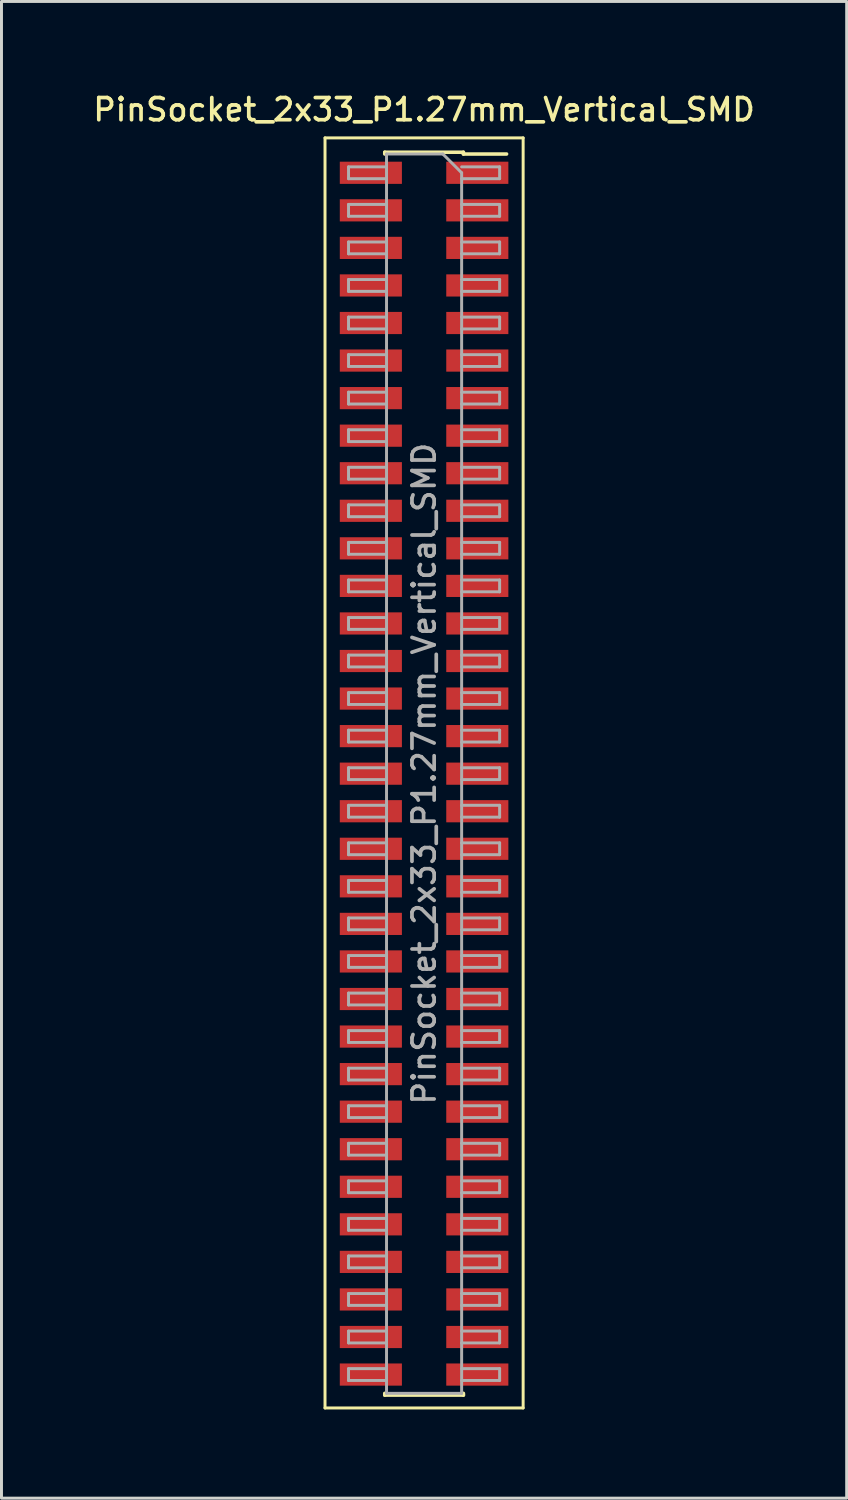
<source format=kicad_pcb>
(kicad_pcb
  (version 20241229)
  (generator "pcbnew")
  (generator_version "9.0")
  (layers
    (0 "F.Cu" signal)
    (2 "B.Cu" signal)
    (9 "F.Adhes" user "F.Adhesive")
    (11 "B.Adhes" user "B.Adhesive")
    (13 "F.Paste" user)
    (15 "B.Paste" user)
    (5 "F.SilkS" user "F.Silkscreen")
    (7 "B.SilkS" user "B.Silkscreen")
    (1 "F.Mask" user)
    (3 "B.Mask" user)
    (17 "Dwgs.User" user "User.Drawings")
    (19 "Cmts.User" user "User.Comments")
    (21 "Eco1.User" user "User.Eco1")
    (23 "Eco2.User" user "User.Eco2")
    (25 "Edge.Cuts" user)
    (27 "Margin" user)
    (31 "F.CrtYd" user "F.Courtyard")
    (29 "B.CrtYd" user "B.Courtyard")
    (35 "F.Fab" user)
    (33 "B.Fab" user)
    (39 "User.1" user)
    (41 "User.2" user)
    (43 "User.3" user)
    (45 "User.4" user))
  (footprint "PinSocket_2x33_P1.27mm_Vertical_SMD"
    (layer "F.Cu")
    (at 11.291 23.113)
    (property "Reference" "PinSocket_2x33_P1.27mm_Vertical_SMD" (at 0 -22.455 0) (layer "F.SilkS") (effects (font (size 0.75 0.75) (thickness 0.125))))
    (attr smd)
    (fp_line (start -3.35 -21.5) (end 3.35 -21.5) (stroke (width 0.1) (type solid)) (layer "F.SilkS"))
    (fp_line (start -3.35 21.45) (end -3.35 -21.5) (stroke (width 0.1) (type solid)) (layer "F.SilkS"))
    (fp_line (start -1.33 -21.015) (end -1.33 -20.955) (stroke (width 0.12) (type solid)) (layer "F.SilkS"))
    (fp_line (start -1.33 -21.015) (end 1.33 -21.015) (stroke (width 0.12) (type solid)) (layer "F.SilkS"))
    (fp_line (start -1.33 20.955) (end -1.33 21.015) (stroke (width 0.12) (type solid)) (layer "F.SilkS"))
    (fp_line (start -1.33 21.015) (end 1.33 21.015) (stroke (width 0.12) (type solid)) (layer "F.SilkS"))
    (fp_line (start 1.33 -21.015) (end 1.33 -20.955) (stroke (width 0.12) (type solid)) (layer "F.SilkS"))
    (fp_line (start 1.33 -20.955) (end 2.79 -20.955) (stroke (width 0.12) (type solid)) (layer "F.SilkS"))
    (fp_line (start 1.33 20.955) (end 1.33 21.015) (stroke (width 0.12) (type solid)) (layer "F.SilkS"))
    (fp_line (start 3.35 -21.5) (end 3.35 21.45) (stroke (width 0.1) (type solid)) (layer "F.SilkS"))
    (fp_line (start 3.35 21.45) (end -3.35 21.45) (stroke (width 0.1) (type solid)) (layer "F.SilkS"))
    (fp_line (start -2.555 -20.52) (end -1.27 -20.52) (stroke (width 0.1) (type solid)) (layer "F.Fab"))
    (fp_line (start -2.555 -20.12) (end -2.555 -20.52) (stroke (width 0.1) (type solid)) (layer "F.Fab"))
    (fp_line (start -2.555 -19.25) (end -1.27 -19.25) (stroke (width 0.1) (type solid)) (layer "F.Fab"))
    (fp_line (start -2.555 -18.85) (end -2.555 -19.25) (stroke (width 0.1) (type solid)) (layer "F.Fab"))
    (fp_line (start -2.555 -17.98) (end -1.27 -17.98) (stroke (width 0.1) (type solid)) (layer "F.Fab"))
    (fp_line (start -2.555 -17.58) (end -2.555 -17.98) (stroke (width 0.1) (type solid)) (layer "F.Fab"))
    (fp_line (start -2.555 -16.71) (end -1.27 -16.71) (stroke (width 0.1) (type solid)) (layer "F.Fab"))
    (fp_line (start -2.555 -16.31) (end -2.555 -16.71) (stroke (width 0.1) (type solid)) (layer "F.Fab"))
    (fp_line (start -2.555 -15.44) (end -1.27 -15.44) (stroke (width 0.1) (type solid)) (layer "F.Fab"))
    (fp_line (start -2.555 -15.04) (end -2.555 -15.44) (stroke (width 0.1) (type solid)) (layer "F.Fab"))
    (fp_line (start -2.555 -14.17) (end -1.27 -14.17) (stroke (width 0.1) (type solid)) (layer "F.Fab"))
    (fp_line (start -2.555 -13.77) (end -2.555 -14.17) (stroke (width 0.1) (type solid)) (layer "F.Fab"))
    (fp_line (start -2.555 -12.9) (end -1.27 -12.9) (stroke (width 0.1) (type solid)) (layer "F.Fab"))
    (fp_line (start -2.555 -12.5) (end -2.555 -12.9) (stroke (width 0.1) (type solid)) (layer "F.Fab"))
    (fp_line (start -2.555 -11.63) (end -1.27 -11.63) (stroke (width 0.1) (type solid)) (layer "F.Fab"))
    (fp_line (start -2.555 -11.23) (end -2.555 -11.63) (stroke (width 0.1) (type solid)) (layer "F.Fab"))
    (fp_line (start -2.555 -10.36) (end -1.27 -10.36) (stroke (width 0.1) (type solid)) (layer "F.Fab"))
    (fp_line (start -2.555 -9.96) (end -2.555 -10.36) (stroke (width 0.1) (type solid)) (layer "F.Fab"))
    (fp_line (start -2.555 -9.09) (end -1.27 -9.09) (stroke (width 0.1) (type solid)) (layer "F.Fab"))
    (fp_line (start -2.555 -8.69) (end -2.555 -9.09) (stroke (width 0.1) (type solid)) (layer "F.Fab"))
    (fp_line (start -2.555 -7.82) (end -1.27 -7.82) (stroke (width 0.1) (type solid)) (layer "F.Fab"))
    (fp_line (start -2.555 -7.42) (end -2.555 -7.82) (stroke (width 0.1) (type solid)) (layer "F.Fab"))
    (fp_line (start -2.555 -6.55) (end -1.27 -6.55) (stroke (width 0.1) (type solid)) (layer "F.Fab"))
    (fp_line (start -2.555 -6.15) (end -2.555 -6.55) (stroke (width 0.1) (type solid)) (layer "F.Fab"))
    (fp_line (start -2.555 -5.28) (end -1.27 -5.28) (stroke (width 0.1) (type solid)) (layer "F.Fab"))
    (fp_line (start -2.555 -4.88) (end -2.555 -5.28) (stroke (width 0.1) (type solid)) (layer "F.Fab"))
    (fp_line (start -2.555 -4.01) (end -1.27 -4.01) (stroke (width 0.1) (type solid)) (layer "F.Fab"))
    (fp_line (start -2.555 -3.61) (end -2.555 -4.01) (stroke (width 0.1) (type solid)) (layer "F.Fab"))
    (fp_line (start -2.555 -2.74) (end -1.27 -2.74) (stroke (width 0.1) (type solid)) (layer "F.Fab"))
    (fp_line (start -2.555 -2.34) (end -2.555 -2.74) (stroke (width 0.1) (type solid)) (layer "F.Fab"))
    (fp_line (start -2.555 -1.47) (end -1.27 -1.47) (stroke (width 0.1) (type solid)) (layer "F.Fab"))
    (fp_line (start -2.555 -1.07) (end -2.555 -1.47) (stroke (width 0.1) (type solid)) (layer "F.Fab"))
    (fp_line (start -2.555 -0.2) (end -1.27 -0.2) (stroke (width 0.1) (type solid)) (layer "F.Fab"))
    (fp_line (start -2.555 0.2) (end -2.555 -0.2) (stroke (width 0.1) (type solid)) (layer "F.Fab"))
    (fp_line (start -2.555 1.07) (end -1.27 1.07) (stroke (width 0.1) (type solid)) (layer "F.Fab"))
    (fp_line (start -2.555 1.47) (end -2.555 1.07) (stroke (width 0.1) (type solid)) (layer "F.Fab"))
    (fp_line (start -2.555 2.34) (end -1.27 2.34) (stroke (width 0.1) (type solid)) (layer "F.Fab"))
    (fp_line (start -2.555 2.74) (end -2.555 2.34) (stroke (width 0.1) (type solid)) (layer "F.Fab"))
    (fp_line (start -2.555 3.61) (end -1.27 3.61) (stroke (width 0.1) (type solid)) (layer "F.Fab"))
    (fp_line (start -2.555 4.01) (end -2.555 3.61) (stroke (width 0.1) (type solid)) (layer "F.Fab"))
    (fp_line (start -2.555 4.88) (end -1.27 4.88) (stroke (width 0.1) (type solid)) (layer "F.Fab"))
    (fp_line (start -2.555 5.28) (end -2.555 4.88) (stroke (width 0.1) (type solid)) (layer "F.Fab"))
    (fp_line (start -2.555 6.15) (end -1.27 6.15) (stroke (width 0.1) (type solid)) (layer "F.Fab"))
    (fp_line (start -2.555 6.55) (end -2.555 6.15) (stroke (width 0.1) (type solid)) (layer "F.Fab"))
    (fp_line (start -2.555 7.42) (end -1.27 7.42) (stroke (width 0.1) (type solid)) (layer "F.Fab"))
    (fp_line (start -2.555 7.82) (end -2.555 7.42) (stroke (width 0.1) (type solid)) (layer "F.Fab"))
    (fp_line (start -2.555 8.69) (end -1.27 8.69) (stroke (width 0.1) (type solid)) (layer "F.Fab"))
    (fp_line (start -2.555 9.09) (end -2.555 8.69) (stroke (width 0.1) (type solid)) (layer "F.Fab"))
    (fp_line (start -2.555 9.96) (end -1.27 9.96) (stroke (width 0.1) (type solid)) (layer "F.Fab"))
    (fp_line (start -2.555 10.36) (end -2.555 9.96) (stroke (width 0.1) (type solid)) (layer "F.Fab"))
    (fp_line (start -2.555 11.23) (end -1.27 11.23) (stroke (width 0.1) (type solid)) (layer "F.Fab"))
    (fp_line (start -2.555 11.63) (end -2.555 11.23) (stroke (width 0.1) (type solid)) (layer "F.Fab"))
    (fp_line (start -2.555 12.5) (end -1.27 12.5) (stroke (width 0.1) (type solid)) (layer "F.Fab"))
    (fp_line (start -2.555 12.9) (end -2.555 12.5) (stroke (width 0.1) (type solid)) (layer "F.Fab"))
    (fp_line (start -2.555 13.77) (end -1.27 13.77) (stroke (width 0.1) (type solid)) (layer "F.Fab"))
    (fp_line (start -2.555 14.17) (end -2.555 13.77) (stroke (width 0.1) (type solid)) (layer "F.Fab"))
    (fp_line (start -2.555 15.04) (end -1.27 15.04) (stroke (width 0.1) (type solid)) (layer "F.Fab"))
    (fp_line (start -2.555 15.44) (end -2.555 15.04) (stroke (width 0.1) (type solid)) (layer "F.Fab"))
    (fp_line (start -2.555 16.31) (end -1.27 16.31) (stroke (width 0.1) (type solid)) (layer "F.Fab"))
    (fp_line (start -2.555 16.71) (end -2.555 16.31) (stroke (width 0.1) (type solid)) (layer "F.Fab"))
    (fp_line (start -2.555 17.58) (end -1.27 17.58) (stroke (width 0.1) (type solid)) (layer "F.Fab"))
    (fp_line (start -2.555 17.98) (end -2.555 17.58) (stroke (width 0.1) (type solid)) (layer "F.Fab"))
    (fp_line (start -2.555 18.85) (end -1.27 18.85) (stroke (width 0.1) (type solid)) (layer "F.Fab"))
    (fp_line (start -2.555 19.25) (end -2.555 18.85) (stroke (width 0.1) (type solid)) (layer "F.Fab"))
    (fp_line (start -2.555 20.12) (end -1.27 20.12) (stroke (width 0.1) (type solid)) (layer "F.Fab"))
    (fp_line (start -2.555 20.52) (end -2.555 20.12) (stroke (width 0.1) (type solid)) (layer "F.Fab"))
    (fp_line (start -1.27 -20.955) (end 0.635 -20.955) (stroke (width 0.1) (type solid)) (layer "F.Fab"))
    (fp_line (start -1.27 -20.12) (end -2.555 -20.12) (stroke (width 0.1) (type solid)) (layer "F.Fab"))
    (fp_line (start -1.27 -18.85) (end -2.555 -18.85) (stroke (width 0.1) (type solid)) (layer "F.Fab"))
    (fp_line (start -1.27 -17.58) (end -2.555 -17.58) (stroke (width 0.1) (type solid)) (layer "F.Fab"))
    (fp_line (start -1.27 -16.31) (end -2.555 -16.31) (stroke (width 0.1) (type solid)) (layer "F.Fab"))
    (fp_line (start -1.27 -15.04) (end -2.555 -15.04) (stroke (width 0.1) (type solid)) (layer "F.Fab"))
    (fp_line (start -1.27 -13.77) (end -2.555 -13.77) (stroke (width 0.1) (type solid)) (layer "F.Fab"))
    (fp_line (start -1.27 -12.5) (end -2.555 -12.5) (stroke (width 0.1) (type solid)) (layer "F.Fab"))
    (fp_line (start -1.27 -11.23) (end -2.555 -11.23) (stroke (width 0.1) (type solid)) (layer "F.Fab"))
    (fp_line (start -1.27 -9.96) (end -2.555 -9.96) (stroke (width 0.1) (type solid)) (layer "F.Fab"))
    (fp_line (start -1.27 -8.69) (end -2.555 -8.69) (stroke (width 0.1) (type solid)) (layer "F.Fab"))
    (fp_line (start -1.27 -7.42) (end -2.555 -7.42) (stroke (width 0.1) (type solid)) (layer "F.Fab"))
    (fp_line (start -1.27 -6.15) (end -2.555 -6.15) (stroke (width 0.1) (type solid)) (layer "F.Fab"))
    (fp_line (start -1.27 -4.88) (end -2.555 -4.88) (stroke (width 0.1) (type solid)) (layer "F.Fab"))
    (fp_line (start -1.27 -3.61) (end -2.555 -3.61) (stroke (width 0.1) (type solid)) (layer "F.Fab"))
    (fp_line (start -1.27 -2.34) (end -2.555 -2.34) (stroke (width 0.1) (type solid)) (layer "F.Fab"))
    (fp_line (start -1.27 -1.07) (end -2.555 -1.07) (stroke (width 0.1) (type solid)) (layer "F.Fab"))
    (fp_line (start -1.27 0.2) (end -2.555 0.2) (stroke (width 0.1) (type solid)) (layer "F.Fab"))
    (fp_line (start -1.27 1.47) (end -2.555 1.47) (stroke (width 0.1) (type solid)) (layer "F.Fab"))
    (fp_line (start -1.27 2.74) (end -2.555 2.74) (stroke (width 0.1) (type solid)) (layer "F.Fab"))
    (fp_line (start -1.27 4.01) (end -2.555 4.01) (stroke (width 0.1) (type solid)) (layer "F.Fab"))
    (fp_line (start -1.27 5.28) (end -2.555 5.28) (stroke (width 0.1) (type solid)) (layer "F.Fab"))
    (fp_line (start -1.27 6.55) (end -2.555 6.55) (stroke (width 0.1) (type solid)) (layer "F.Fab"))
    (fp_line (start -1.27 7.82) (end -2.555 7.82) (stroke (width 0.1) (type solid)) (layer "F.Fab"))
    (fp_line (start -1.27 9.09) (end -2.555 9.09) (stroke (width 0.1) (type solid)) (layer "F.Fab"))
    (fp_line (start -1.27 10.36) (end -2.555 10.36) (stroke (width 0.1) (type solid)) (layer "F.Fab"))
    (fp_line (start -1.27 11.63) (end -2.555 11.63) (stroke (width 0.1) (type solid)) (layer "F.Fab"))
    (fp_line (start -1.27 12.9) (end -2.555 12.9) (stroke (width 0.1) (type solid)) (layer "F.Fab"))
    (fp_line (start -1.27 14.17) (end -2.555 14.17) (stroke (width 0.1) (type solid)) (layer "F.Fab"))
    (fp_line (start -1.27 15.44) (end -2.555 15.44) (stroke (width 0.1) (type solid)) (layer "F.Fab"))
    (fp_line (start -1.27 16.71) (end -2.555 16.71) (stroke (width 0.1) (type solid)) (layer "F.Fab"))
    (fp_line (start -1.27 17.98) (end -2.555 17.98) (stroke (width 0.1) (type solid)) (layer "F.Fab"))
    (fp_line (start -1.27 19.25) (end -2.555 19.25) (stroke (width 0.1) (type solid)) (layer "F.Fab"))
    (fp_line (start -1.27 20.52) (end -2.555 20.52) (stroke (width 0.1) (type solid)) (layer "F.Fab"))
    (fp_line (start -1.27 20.955) (end -1.27 -20.955) (stroke (width 0.1) (type solid)) (layer "F.Fab"))
    (fp_line (start 0.635 -20.955) (end 1.27 -20.32) (stroke (width 0.1) (type solid)) (layer "F.Fab"))
    (fp_line (start 1.27 -20.52) (end 2.555 -20.52) (stroke (width 0.1) (type solid)) (layer "F.Fab"))
    (fp_line (start 1.27 -20.32) (end 1.27 20.955) (stroke (width 0.1) (type solid)) (layer "F.Fab"))
    (fp_line (start 1.27 -19.25) (end 2.555 -19.25) (stroke (width 0.1) (type solid)) (layer "F.Fab"))
    (fp_line (start 1.27 -17.98) (end 2.555 -17.98) (stroke (width 0.1) (type solid)) (layer "F.Fab"))
    (fp_line (start 1.27 -16.71) (end 2.555 -16.71) (stroke (width 0.1) (type solid)) (layer "F.Fab"))
    (fp_line (start 1.27 -15.44) (end 2.555 -15.44) (stroke (width 0.1) (type solid)) (layer "F.Fab"))
    (fp_line (start 1.27 -14.17) (end 2.555 -14.17) (stroke (width 0.1) (type solid)) (layer "F.Fab"))
    (fp_line (start 1.27 -12.9) (end 2.555 -12.9) (stroke (width 0.1) (type solid)) (layer "F.Fab"))
    (fp_line (start 1.27 -11.63) (end 2.555 -11.63) (stroke (width 0.1) (type solid)) (layer "F.Fab"))
    (fp_line (start 1.27 -10.36) (end 2.555 -10.36) (stroke (width 0.1) (type solid)) (layer "F.Fab"))
    (fp_line (start 1.27 -9.09) (end 2.555 -9.09) (stroke (width 0.1) (type solid)) (layer "F.Fab"))
    (fp_line (start 1.27 -7.82) (end 2.555 -7.82) (stroke (width 0.1) (type solid)) (layer "F.Fab"))
    (fp_line (start 1.27 -6.55) (end 2.555 -6.55) (stroke (width 0.1) (type solid)) (layer "F.Fab"))
    (fp_line (start 1.27 -5.28) (end 2.555 -5.28) (stroke (width 0.1) (type solid)) (layer "F.Fab"))
    (fp_line (start 1.27 -4.01) (end 2.555 -4.01) (stroke (width 0.1) (type solid)) (layer "F.Fab"))
    (fp_line (start 1.27 -2.74) (end 2.555 -2.74) (stroke (width 0.1) (type solid)) (layer "F.Fab"))
    (fp_line (start 1.27 -1.47) (end 2.555 -1.47) (stroke (width 0.1) (type solid)) (layer "F.Fab"))
    (fp_line (start 1.27 -0.2) (end 2.555 -0.2) (stroke (width 0.1) (type solid)) (layer "F.Fab"))
    (fp_line (start 1.27 1.07) (end 2.555 1.07) (stroke (width 0.1) (type solid)) (layer "F.Fab"))
    (fp_line (start 1.27 2.34) (end 2.555 2.34) (stroke (width 0.1) (type solid)) (layer "F.Fab"))
    (fp_line (start 1.27 3.61) (end 2.555 3.61) (stroke (width 0.1) (type solid)) (layer "F.Fab"))
    (fp_line (start 1.27 4.88) (end 2.555 4.88) (stroke (width 0.1) (type solid)) (layer "F.Fab"))
    (fp_line (start 1.27 6.15) (end 2.555 6.15) (stroke (width 0.1) (type solid)) (layer "F.Fab"))
    (fp_line (start 1.27 7.42) (end 2.555 7.42) (stroke (width 0.1) (type solid)) (layer "F.Fab"))
    (fp_line (start 1.27 8.69) (end 2.555 8.69) (stroke (width 0.1) (type solid)) (layer "F.Fab"))
    (fp_line (start 1.27 9.96) (end 2.555 9.96) (stroke (width 0.1) (type solid)) (layer "F.Fab"))
    (fp_line (start 1.27 11.23) (end 2.555 11.23) (stroke (width 0.1) (type solid)) (layer "F.Fab"))
    (fp_line (start 1.27 12.5) (end 2.555 12.5) (stroke (width 0.1) (type solid)) (layer "F.Fab"))
    (fp_line (start 1.27 13.77) (end 2.555 13.77) (stroke (width 0.1) (type solid)) (layer "F.Fab"))
    (fp_line (start 1.27 15.04) (end 2.555 15.04) (stroke (width 0.1) (type solid)) (layer "F.Fab"))
    (fp_line (start 1.27 16.31) (end 2.555 16.31) (stroke (width 0.1) (type solid)) (layer "F.Fab"))
    (fp_line (start 1.27 17.58) (end 2.555 17.58) (stroke (width 0.1) (type solid)) (layer "F.Fab"))
    (fp_line (start 1.27 18.85) (end 2.555 18.85) (stroke (width 0.1) (type solid)) (layer "F.Fab"))
    (fp_line (start 1.27 20.12) (end 2.555 20.12) (stroke (width 0.1) (type solid)) (layer "F.Fab"))
    (fp_line (start 1.27 20.955) (end -1.27 20.955) (stroke (width 0.1) (type solid)) (layer "F.Fab"))
    (fp_line (start 2.555 -20.52) (end 2.555 -20.12) (stroke (width 0.1) (type solid)) (layer "F.Fab"))
    (fp_line (start 2.555 -20.12) (end 1.27 -20.12) (stroke (width 0.1) (type solid)) (layer "F.Fab"))
    (fp_line (start 2.555 -19.25) (end 2.555 -18.85) (stroke (width 0.1) (type solid)) (layer "F.Fab"))
    (fp_line (start 2.555 -18.85) (end 1.27 -18.85) (stroke (width 0.1) (type solid)) (layer "F.Fab"))
    (fp_line (start 2.555 -17.98) (end 2.555 -17.58) (stroke (width 0.1) (type solid)) (layer "F.Fab"))
    (fp_line (start 2.555 -17.58) (end 1.27 -17.58) (stroke (width 0.1) (type solid)) (layer "F.Fab"))
    (fp_line (start 2.555 -16.71) (end 2.555 -16.31) (stroke (width 0.1) (type solid)) (layer "F.Fab"))
    (fp_line (start 2.555 -16.31) (end 1.27 -16.31) (stroke (width 0.1) (type solid)) (layer "F.Fab"))
    (fp_line (start 2.555 -15.44) (end 2.555 -15.04) (stroke (width 0.1) (type solid)) (layer "F.Fab"))
    (fp_line (start 2.555 -15.04) (end 1.27 -15.04) (stroke (width 0.1) (type solid)) (layer "F.Fab"))
    (fp_line (start 2.555 -14.17) (end 2.555 -13.77) (stroke (width 0.1) (type solid)) (layer "F.Fab"))
    (fp_line (start 2.555 -13.77) (end 1.27 -13.77) (stroke (width 0.1) (type solid)) (layer "F.Fab"))
    (fp_line (start 2.555 -12.9) (end 2.555 -12.5) (stroke (width 0.1) (type solid)) (layer "F.Fab"))
    (fp_line (start 2.555 -12.5) (end 1.27 -12.5) (stroke (width 0.1) (type solid)) (layer "F.Fab"))
    (fp_line (start 2.555 -11.63) (end 2.555 -11.23) (stroke (width 0.1) (type solid)) (layer "F.Fab"))
    (fp_line (start 2.555 -11.23) (end 1.27 -11.23) (stroke (width 0.1) (type solid)) (layer "F.Fab"))
    (fp_line (start 2.555 -10.36) (end 2.555 -9.96) (stroke (width 0.1) (type solid)) (layer "F.Fab"))
    (fp_line (start 2.555 -9.96) (end 1.27 -9.96) (stroke (width 0.1) (type solid)) (layer "F.Fab"))
    (fp_line (start 2.555 -9.09) (end 2.555 -8.69) (stroke (width 0.1) (type solid)) (layer "F.Fab"))
    (fp_line (start 2.555 -8.69) (end 1.27 -8.69) (stroke (width 0.1) (type solid)) (layer "F.Fab"))
    (fp_line (start 2.555 -7.82) (end 2.555 -7.42) (stroke (width 0.1) (type solid)) (layer "F.Fab"))
    (fp_line (start 2.555 -7.42) (end 1.27 -7.42) (stroke (width 0.1) (type solid)) (layer "F.Fab"))
    (fp_line (start 2.555 -6.55) (end 2.555 -6.15) (stroke (width 0.1) (type solid)) (layer "F.Fab"))
    (fp_line (start 2.555 -6.15) (end 1.27 -6.15) (stroke (width 0.1) (type solid)) (layer "F.Fab"))
    (fp_line (start 2.555 -5.28) (end 2.555 -4.88) (stroke (width 0.1) (type solid)) (layer "F.Fab"))
    (fp_line (start 2.555 -4.88) (end 1.27 -4.88) (stroke (width 0.1) (type solid)) (layer "F.Fab"))
    (fp_line (start 2.555 -4.01) (end 2.555 -3.61) (stroke (width 0.1) (type solid)) (layer "F.Fab"))
    (fp_line (start 2.555 -3.61) (end 1.27 -3.61) (stroke (width 0.1) (type solid)) (layer "F.Fab"))
    (fp_line (start 2.555 -2.74) (end 2.555 -2.34) (stroke (width 0.1) (type solid)) (layer "F.Fab"))
    (fp_line (start 2.555 -2.34) (end 1.27 -2.34) (stroke (width 0.1) (type solid)) (layer "F.Fab"))
    (fp_line (start 2.555 -1.47) (end 2.555 -1.07) (stroke (width 0.1) (type solid)) (layer "F.Fab"))
    (fp_line (start 2.555 -1.07) (end 1.27 -1.07) (stroke (width 0.1) (type solid)) (layer "F.Fab"))
    (fp_line (start 2.555 -0.2) (end 2.555 0.2) (stroke (width 0.1) (type solid)) (layer "F.Fab"))
    (fp_line (start 2.555 0.2) (end 1.27 0.2) (stroke (width 0.1) (type solid)) (layer "F.Fab"))
    (fp_line (start 2.555 1.07) (end 2.555 1.47) (stroke (width 0.1) (type solid)) (layer "F.Fab"))
    (fp_line (start 2.555 1.47) (end 1.27 1.47) (stroke (width 0.1) (type solid)) (layer "F.Fab"))
    (fp_line (start 2.555 2.34) (end 2.555 2.74) (stroke (width 0.1) (type solid)) (layer "F.Fab"))
    (fp_line (start 2.555 2.74) (end 1.27 2.74) (stroke (width 0.1) (type solid)) (layer "F.Fab"))
    (fp_line (start 2.555 3.61) (end 2.555 4.01) (stroke (width 0.1) (type solid)) (layer "F.Fab"))
    (fp_line (start 2.555 4.01) (end 1.27 4.01) (stroke (width 0.1) (type solid)) (layer "F.Fab"))
    (fp_line (start 2.555 4.88) (end 2.555 5.28) (stroke (width 0.1) (type solid)) (layer "F.Fab"))
    (fp_line (start 2.555 5.28) (end 1.27 5.28) (stroke (width 0.1) (type solid)) (layer "F.Fab"))
    (fp_line (start 2.555 6.15) (end 2.555 6.55) (stroke (width 0.1) (type solid)) (layer "F.Fab"))
    (fp_line (start 2.555 6.55) (end 1.27 6.55) (stroke (width 0.1) (type solid)) (layer "F.Fab"))
    (fp_line (start 2.555 7.42) (end 2.555 7.82) (stroke (width 0.1) (type solid)) (layer "F.Fab"))
    (fp_line (start 2.555 7.82) (end 1.27 7.82) (stroke (width 0.1) (type solid)) (layer "F.Fab"))
    (fp_line (start 2.555 8.69) (end 2.555 9.09) (stroke (width 0.1) (type solid)) (layer "F.Fab"))
    (fp_line (start 2.555 9.09) (end 1.27 9.09) (stroke (width 0.1) (type solid)) (layer "F.Fab"))
    (fp_line (start 2.555 9.96) (end 2.555 10.36) (stroke (width 0.1) (type solid)) (layer "F.Fab"))
    (fp_line (start 2.555 10.36) (end 1.27 10.36) (stroke (width 0.1) (type solid)) (layer "F.Fab"))
    (fp_line (start 2.555 11.23) (end 2.555 11.63) (stroke (width 0.1) (type solid)) (layer "F.Fab"))
    (fp_line (start 2.555 11.63) (end 1.27 11.63) (stroke (width 0.1) (type solid)) (layer "F.Fab"))
    (fp_line (start 2.555 12.5) (end 2.555 12.9) (stroke (width 0.1) (type solid)) (layer "F.Fab"))
    (fp_line (start 2.555 12.9) (end 1.27 12.9) (stroke (width 0.1) (type solid)) (layer "F.Fab"))
    (fp_line (start 2.555 13.77) (end 2.555 14.17) (stroke (width 0.1) (type solid)) (layer "F.Fab"))
    (fp_line (start 2.555 14.17) (end 1.27 14.17) (stroke (width 0.1) (type solid)) (layer "F.Fab"))
    (fp_line (start 2.555 15.04) (end 2.555 15.44) (stroke (width 0.1) (type solid)) (layer "F.Fab"))
    (fp_line (start 2.555 15.44) (end 1.27 15.44) (stroke (width 0.1) (type solid)) (layer "F.Fab"))
    (fp_line (start 2.555 16.31) (end 2.555 16.71) (stroke (width 0.1) (type solid)) (layer "F.Fab"))
    (fp_line (start 2.555 16.71) (end 1.27 16.71) (stroke (width 0.1) (type solid)) (layer "F.Fab"))
    (fp_line (start 2.555 17.58) (end 2.555 17.98) (stroke (width 0.1) (type solid)) (layer "F.Fab"))
    (fp_line (start 2.555 17.98) (end 1.27 17.98) (stroke (width 0.1) (type solid)) (layer "F.Fab"))
    (fp_line (start 2.555 18.85) (end 2.555 19.25) (stroke (width 0.1) (type solid)) (layer "F.Fab"))
    (fp_line (start 2.555 19.25) (end 1.27 19.25) (stroke (width 0.1) (type solid)) (layer "F.Fab"))
    (fp_line (start 2.555 20.12) (end 2.555 20.52) (stroke (width 0.1) (type solid)) (layer "F.Fab"))
    (fp_line (start 2.555 20.52) (end 1.27 20.52) (stroke (width 0.1) (type solid)) (layer "F.Fab"))
    (fp_text user "${REFERENCE}" (at 0 0 90) (layer "F.Fab") (effects (font (size 0.75 0.75) (thickness 0.125))))
    (pad "1" smd rect (at 1.8 -20.32) (size 2.1 0.75) (layers "F.Cu" "F.Mask" "F.Paste"))
    (pad "2" smd rect (at -1.8 -20.32) (size 2.1 0.75) (layers "F.Cu" "F.Mask" "F.Paste"))
    (pad "3" smd rect (at 1.8 -19.05) (size 2.1 0.75) (layers "F.Cu" "F.Mask" "F.Paste"))
    (pad "4" smd rect (at -1.8 -19.05) (size 2.1 0.75) (layers "F.Cu" "F.Mask" "F.Paste"))
    (pad "5" smd rect (at 1.8 -17.78) (size 2.1 0.75) (layers "F.Cu" "F.Mask" "F.Paste"))
    (pad "6" smd rect (at -1.8 -17.78) (size 2.1 0.75) (layers "F.Cu" "F.Mask" "F.Paste"))
    (pad "7" smd rect (at 1.8 -16.51) (size 2.1 0.75) (layers "F.Cu" "F.Mask" "F.Paste"))
    (pad "8" smd rect (at -1.8 -16.51) (size 2.1 0.75) (layers "F.Cu" "F.Mask" "F.Paste"))
    (pad "9" smd rect (at 1.8 -15.24) (size 2.1 0.75) (layers "F.Cu" "F.Mask" "F.Paste"))
    (pad "10" smd rect (at -1.8 -15.24) (size 2.1 0.75) (layers "F.Cu" "F.Mask" "F.Paste"))
    (pad "11" smd rect (at 1.8 -13.97) (size 2.1 0.75) (layers "F.Cu" "F.Mask" "F.Paste"))
    (pad "12" smd rect (at -1.8 -13.97) (size 2.1 0.75) (layers "F.Cu" "F.Mask" "F.Paste"))
    (pad "13" smd rect (at 1.8 -12.7) (size 2.1 0.75) (layers "F.Cu" "F.Mask" "F.Paste"))
    (pad "14" smd rect (at -1.8 -12.7) (size 2.1 0.75) (layers "F.Cu" "F.Mask" "F.Paste"))
    (pad "15" smd rect (at 1.8 -11.43) (size 2.1 0.75) (layers "F.Cu" "F.Mask" "F.Paste"))
    (pad "16" smd rect (at -1.8 -11.43) (size 2.1 0.75) (layers "F.Cu" "F.Mask" "F.Paste"))
    (pad "17" smd rect (at 1.8 -10.16) (size 2.1 0.75) (layers "F.Cu" "F.Mask" "F.Paste"))
    (pad "18" smd rect (at -1.8 -10.16) (size 2.1 0.75) (layers "F.Cu" "F.Mask" "F.Paste"))
    (pad "19" smd rect (at 1.8 -8.89) (size 2.1 0.75) (layers "F.Cu" "F.Mask" "F.Paste"))
    (pad "20" smd rect (at -1.8 -8.89) (size 2.1 0.75) (layers "F.Cu" "F.Mask" "F.Paste"))
    (pad "21" smd rect (at 1.8 -7.62) (size 2.1 0.75) (layers "F.Cu" "F.Mask" "F.Paste"))
    (pad "22" smd rect (at -1.8 -7.62) (size 2.1 0.75) (layers "F.Cu" "F.Mask" "F.Paste"))
    (pad "23" smd rect (at 1.8 -6.35) (size 2.1 0.75) (layers "F.Cu" "F.Mask" "F.Paste"))
    (pad "24" smd rect (at -1.8 -6.35) (size 2.1 0.75) (layers "F.Cu" "F.Mask" "F.Paste"))
    (pad "25" smd rect (at 1.8 -5.08) (size 2.1 0.75) (layers "F.Cu" "F.Mask" "F.Paste"))
    (pad "26" smd rect (at -1.8 -5.08) (size 2.1 0.75) (layers "F.Cu" "F.Mask" "F.Paste"))
    (pad "27" smd rect (at 1.8 -3.81) (size 2.1 0.75) (layers "F.Cu" "F.Mask" "F.Paste"))
    (pad "28" smd rect (at -1.8 -3.81) (size 2.1 0.75) (layers "F.Cu" "F.Mask" "F.Paste"))
    (pad "29" smd rect (at 1.8 -2.54) (size 2.1 0.75) (layers "F.Cu" "F.Mask" "F.Paste"))
    (pad "30" smd rect (at -1.8 -2.54) (size 2.1 0.75) (layers "F.Cu" "F.Mask" "F.Paste"))
    (pad "31" smd rect (at 1.8 -1.27) (size 2.1 0.75) (layers "F.Cu" "F.Mask" "F.Paste"))
    (pad "32" smd rect (at -1.8 -1.27) (size 2.1 0.75) (layers "F.Cu" "F.Mask" "F.Paste"))
    (pad "33" smd rect (at 1.8 0) (size 2.1 0.75) (layers "F.Cu" "F.Mask" "F.Paste"))
    (pad "34" smd rect (at -1.8 0) (size 2.1 0.75) (layers "F.Cu" "F.Mask" "F.Paste"))
    (pad "35" smd rect (at 1.8 1.27) (size 2.1 0.75) (layers "F.Cu" "F.Mask" "F.Paste"))
    (pad "36" smd rect (at -1.8 1.27) (size 2.1 0.75) (layers "F.Cu" "F.Mask" "F.Paste"))
    (pad "37" smd rect (at 1.8 2.54) (size 2.1 0.75) (layers "F.Cu" "F.Mask" "F.Paste"))
    (pad "38" smd rect (at -1.8 2.54) (size 2.1 0.75) (layers "F.Cu" "F.Mask" "F.Paste"))
    (pad "39" smd rect (at 1.8 3.81) (size 2.1 0.75) (layers "F.Cu" "F.Mask" "F.Paste"))
    (pad "40" smd rect (at -1.8 3.81) (size 2.1 0.75) (layers "F.Cu" "F.Mask" "F.Paste"))
    (pad "41" smd rect (at 1.8 5.08) (size 2.1 0.75) (layers "F.Cu" "F.Mask" "F.Paste"))
    (pad "42" smd rect (at -1.8 5.08) (size 2.1 0.75) (layers "F.Cu" "F.Mask" "F.Paste"))
    (pad "43" smd rect (at 1.8 6.35) (size 2.1 0.75) (layers "F.Cu" "F.Mask" "F.Paste"))
    (pad "44" smd rect (at -1.8 6.35) (size 2.1 0.75) (layers "F.Cu" "F.Mask" "F.Paste"))
    (pad "45" smd rect (at 1.8 7.62) (size 2.1 0.75) (layers "F.Cu" "F.Mask" "F.Paste"))
    (pad "46" smd rect (at -1.8 7.62) (size 2.1 0.75) (layers "F.Cu" "F.Mask" "F.Paste"))
    (pad "47" smd rect (at 1.8 8.89) (size 2.1 0.75) (layers "F.Cu" "F.Mask" "F.Paste"))
    (pad "48" smd rect (at -1.8 8.89) (size 2.1 0.75) (layers "F.Cu" "F.Mask" "F.Paste"))
    (pad "49" smd rect (at 1.8 10.16) (size 2.1 0.75) (layers "F.Cu" "F.Mask" "F.Paste"))
    (pad "50" smd rect (at -1.8 10.16) (size 2.1 0.75) (layers "F.Cu" "F.Mask" "F.Paste"))
    (pad "51" smd rect (at 1.8 11.43) (size 2.1 0.75) (layers "F.Cu" "F.Mask" "F.Paste"))
    (pad "52" smd rect (at -1.8 11.43) (size 2.1 0.75) (layers "F.Cu" "F.Mask" "F.Paste"))
    (pad "53" smd rect (at 1.8 12.7) (size 2.1 0.75) (layers "F.Cu" "F.Mask" "F.Paste"))
    (pad "54" smd rect (at -1.8 12.7) (size 2.1 0.75) (layers "F.Cu" "F.Mask" "F.Paste"))
    (pad "55" smd rect (at 1.8 13.97) (size 2.1 0.75) (layers "F.Cu" "F.Mask" "F.Paste"))
    (pad "56" smd rect (at -1.8 13.97) (size 2.1 0.75) (layers "F.Cu" "F.Mask" "F.Paste"))
    (pad "57" smd rect (at 1.8 15.24) (size 2.1 0.75) (layers "F.Cu" "F.Mask" "F.Paste"))
    (pad "58" smd rect (at -1.8 15.24) (size 2.1 0.75) (layers "F.Cu" "F.Mask" "F.Paste"))
    (pad "59" smd rect (at 1.8 16.51) (size 2.1 0.75) (layers "F.Cu" "F.Mask" "F.Paste"))
    (pad "60" smd rect (at -1.8 16.51) (size 2.1 0.75) (layers "F.Cu" "F.Mask" "F.Paste"))
    (pad "61" smd rect (at 1.8 17.78) (size 2.1 0.75) (layers "F.Cu" "F.Mask" "F.Paste"))
    (pad "62" smd rect (at -1.8 17.78) (size 2.1 0.75) (layers "F.Cu" "F.Mask" "F.Paste"))
    (pad "63" smd rect (at 1.8 19.05) (size 2.1 0.75) (layers "F.Cu" "F.Mask" "F.Paste"))
    (pad "64" smd rect (at -1.8 19.05) (size 2.1 0.75) (layers "F.Cu" "F.Mask" "F.Paste"))
    (pad "65" smd rect (at 1.8 20.32) (size 2.1 0.75) (layers "F.Cu" "F.Mask" "F.Paste"))
    (pad "66" smd rect (at -1.8 20.32) (size 2.1 0.75) (layers "F.Cu" "F.Mask" "F.Paste")))
  (gr_rect
    (start -3 -3)
    (end 25.582 47.613)
    (stroke (width 0.1) (type default))
    (fill no)
    (layer "Edge.Cuts")))
</source>
